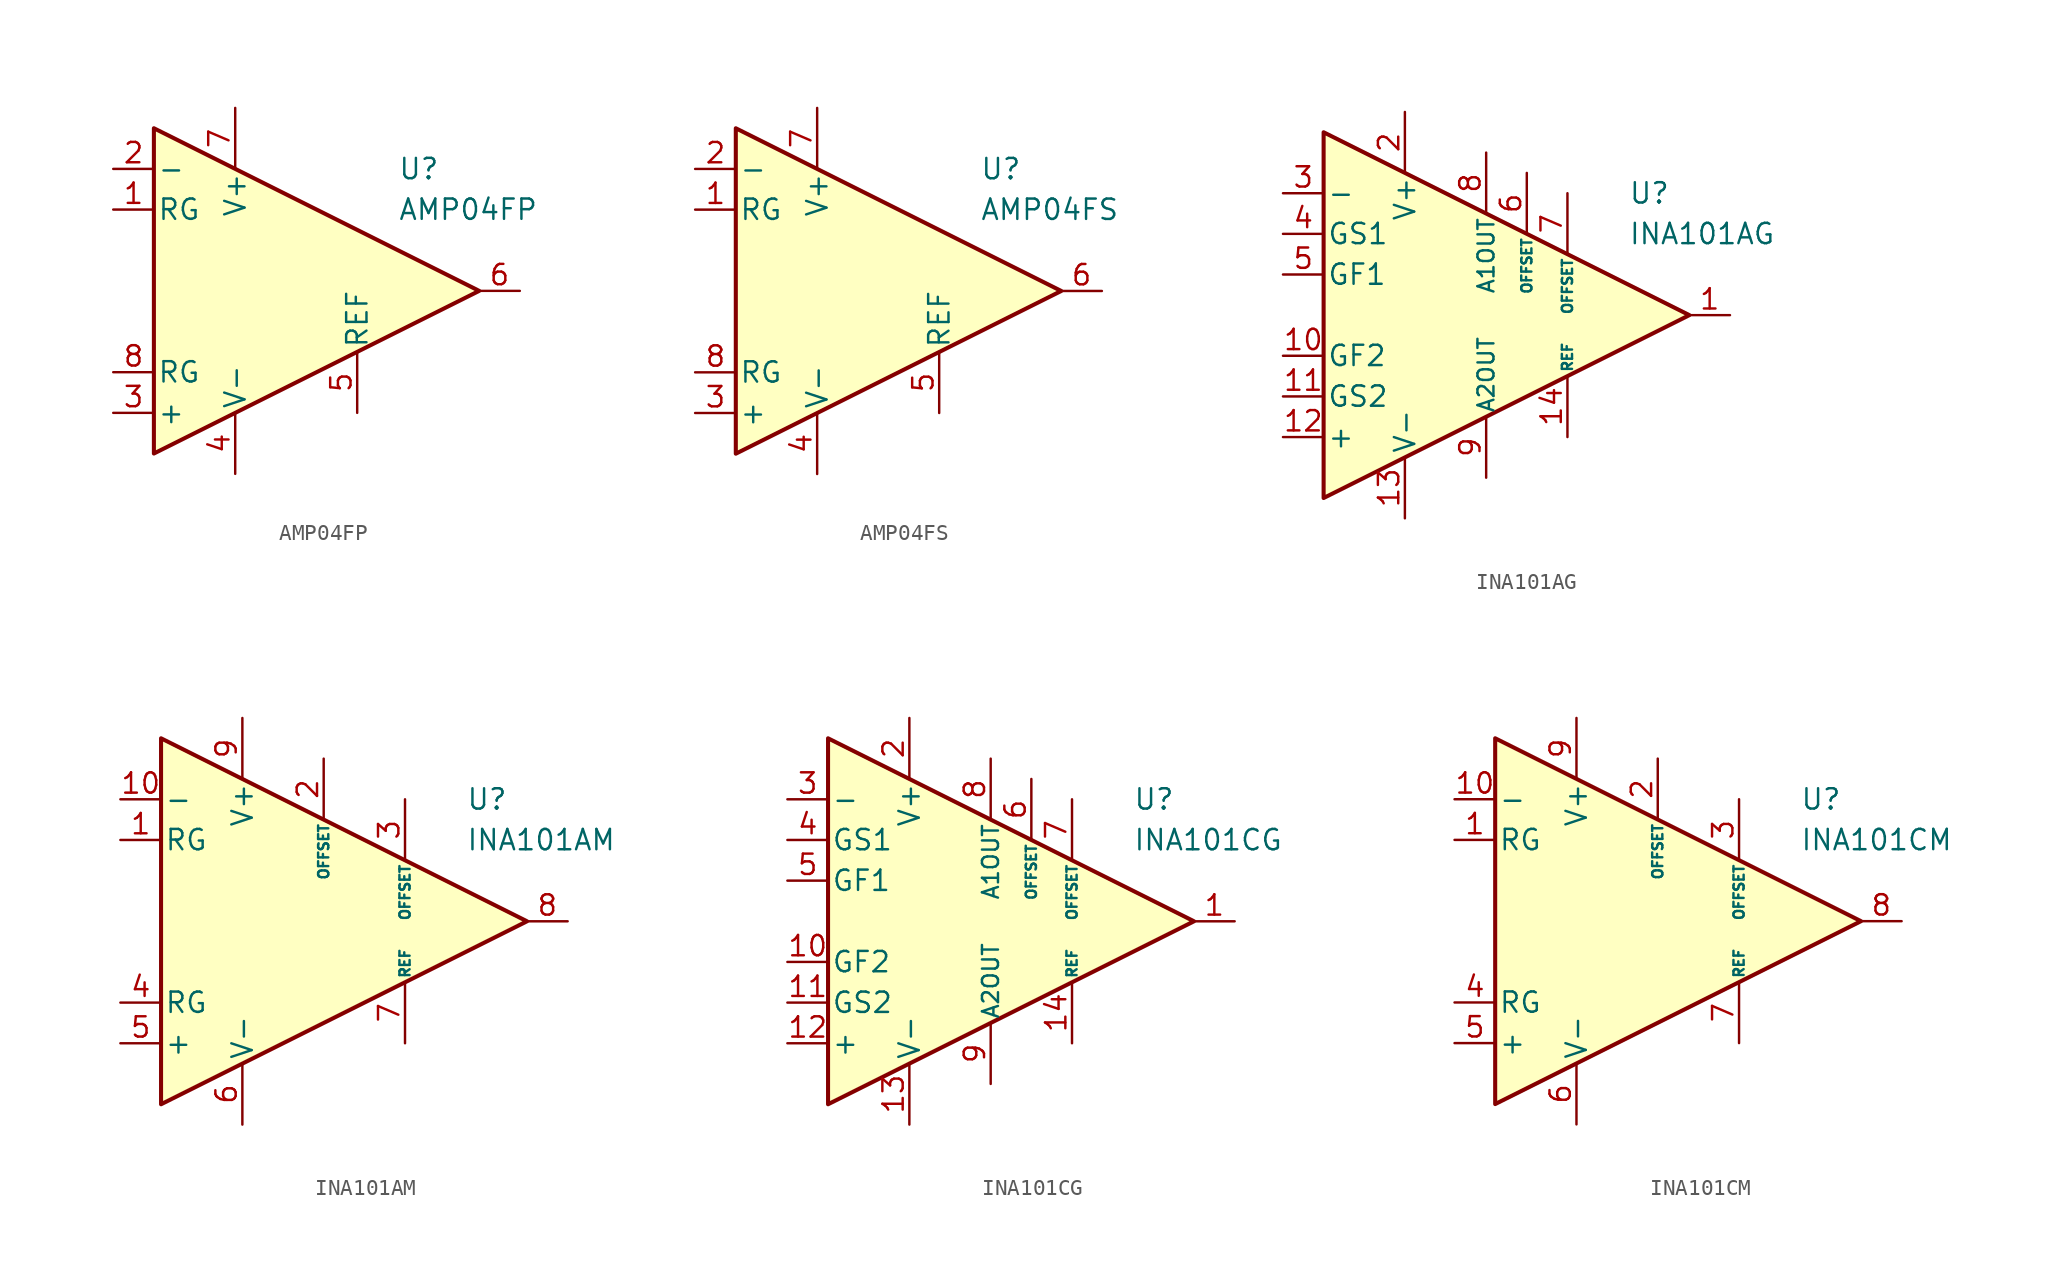
<source format=kicad_sym>
(kicad_symbol_lib
  (version 20211014)
  (generator kicad_symbol_editor)
  (symbol "AMP04FP"
    (pin_names
      (offset 0.2))
    (property "Reference" "U"
      (at 6.35 7.62 0)
      (effects (font (size 1.27 1.27)) (justify left)))
    (property "Value" "AMP04FP"
      (at 6.35 5.08 0)
      (effects (font (size 1.27 1.27)) (justify left)))
    (symbol "AMP04FP_0_1"
      (polyline (pts (xy -8.89 10.16) (xy -8.89 -10.16) (xy 11.43 0) (xy -8.89 10.16)) (stroke (width 0.254) (type default) (color 0 0 0 0)) (fill (type background))))
    (symbol "AMP04FP_1_1"
      (pin passive line (at -11.43 5.08 0) (length 2.54) (name "RG" (effects (font (size 1.27 1.27)))) (number "1" (effects (font (size 1.27 1.27)))))
      (pin input line (at -11.43 7.62 0) (length 2.54) (name "-" (effects (font (size 1.27 1.27)))) (number "2" (effects (font (size 1.27 1.27)))))
      (pin input line (at -11.43 -7.62 0) (length 2.54) (name "+" (effects (font (size 1.27 1.27)))) (number "3" (effects (font (size 1.27 1.27)))))
      (pin power_in line (at -3.81 -11.43 90) (length 3.81) (name "V-" (effects (font (size 1.27 1.27)))) (number "4" (effects (font (size 1.27 1.27)))))
      (pin input line (at 3.81 -7.62 90) (length 3.81) (name "REF" (effects (font (size 1.27 1.27)))) (number "5" (effects (font (size 1.27 1.27)))))
      (pin output line (at 13.97 0 180) (length 2.54) (name "~" (effects (font (size 1.27 1.27)))) (number "6" (effects (font (size 1.27 1.27)))))
      (pin power_in line (at -3.81 11.43 270) (length 3.81) (name "V+" (effects (font (size 1.27 1.27)))) (number "7" (effects (font (size 1.27 1.27)))))
      (pin passive line (at -11.43 -5.08 0) (length 2.54) (name "RG" (effects (font (size 1.27 1.27)))) (number "8" (effects (font (size 1.27 1.27)))))))
  (symbol "AMP04FS"
    (pin_names
      (offset 0.2))
    (property "Reference" "U"
      (at 6.35 7.62 0)
      (effects (font (size 1.27 1.27)) (justify left)))
    (property "Value" "AMP04FS"
      (at 6.35 5.08 0)
      (effects (font (size 1.27 1.27)) (justify left)))
    (symbol "AMP04FS_0_1"
      (polyline (pts (xy -8.89 10.16) (xy -8.89 -10.16) (xy 11.43 0) (xy -8.89 10.16)) (stroke (width 0.254) (type default) (color 0 0 0 0)) (fill (type background))))
    (symbol "AMP04FS_1_1"
      (pin passive line (at -11.43 5.08 0) (length 2.54) (name "RG" (effects (font (size 1.27 1.27)))) (number "1" (effects (font (size 1.27 1.27)))))
      (pin input line (at -11.43 7.62 0) (length 2.54) (name "-" (effects (font (size 1.27 1.27)))) (number "2" (effects (font (size 1.27 1.27)))))
      (pin input line (at -11.43 -7.62 0) (length 2.54) (name "+" (effects (font (size 1.27 1.27)))) (number "3" (effects (font (size 1.27 1.27)))))
      (pin power_in line (at -3.81 -11.43 90) (length 3.81) (name "V-" (effects (font (size 1.27 1.27)))) (number "4" (effects (font (size 1.27 1.27)))))
      (pin input line (at 3.81 -7.62 90) (length 3.81) (name "REF" (effects (font (size 1.27 1.27)))) (number "5" (effects (font (size 1.27 1.27)))))
      (pin output line (at 13.97 0 180) (length 2.54) (name "~" (effects (font (size 1.27 1.27)))) (number "6" (effects (font (size 1.27 1.27)))))
      (pin power_in line (at -3.81 11.43 270) (length 3.81) (name "V+" (effects (font (size 1.27 1.27)))) (number "7" (effects (font (size 1.27 1.27)))))
      (pin passive line (at -11.43 -5.08 0) (length 2.54) (name "RG" (effects (font (size 1.27 1.27)))) (number "8" (effects (font (size 1.27 1.27)))))))
  (symbol "INA101AG"
    (pin_names
      (offset 0.2))
    (property "Reference" "U"
      (at 10.16 7.62 0)
      (effects (font (size 1.27 1.27)) (justify left)))
    (property "Value" "INA101AG"
      (at 10.16 5.08 0)
      (effects (font (size 1.27 1.27)) (justify left)))
    (symbol "INA101AG_0_1"
      (polyline (pts (xy -8.89 11.43) (xy -8.89 -11.43) (xy 13.97 0) (xy -8.89 11.43)) (stroke (width 0.254) (type default) (color 0 0 0 0)) (fill (type background))))
    (symbol "INA101AG_1_1"
      (pin output line (at 16.51 0 180) (length 2.54) (name "~" (effects (font (size 1.27 1.27)))) (number "1" (effects (font (size 1.27 1.27)))))
      (pin passive line (at -11.43 -2.54 0) (length 2.54) (name "GF2" (effects (font (size 1.27 1.27)))) (number "10" (effects (font (size 1.27 1.27)))))
      (pin passive line (at -11.43 -5.08 0) (length 2.54) (name "GS2" (effects (font (size 1.27 1.27)))) (number "11" (effects (font (size 1.27 1.27)))))
      (pin input line (at -11.43 -7.62 0) (length 2.54) (name "+" (effects (font (size 1.27 1.27)))) (number "12" (effects (font (size 1.27 1.27)))))
      (pin power_in line (at -3.81 -12.7 90) (length 3.81) (name "V-" (effects (font (size 1.27 1.27)))) (number "13" (effects (font (size 1.27 1.27)))))
      (pin input line (at 6.35 -7.62 90) (length 3.81) (name "REF" (effects (font (size 0.635 0.635)))) (number "14" (effects (font (size 1.27 1.27)))))
      (pin power_in line (at -3.81 12.7 270) (length 3.81) (name "V+" (effects (font (size 1.27 1.27)))) (number "2" (effects (font (size 1.27 1.27)))))
      (pin input line (at -11.43 7.62 0) (length 2.54) (name "-" (effects (font (size 1.27 1.27)))) (number "3" (effects (font (size 1.27 1.27)))))
      (pin passive line (at -11.43 5.08 0) (length 2.54) (name "GS1" (effects (font (size 1.27 1.27)))) (number "4" (effects (font (size 1.27 1.27)))))
      (pin passive line (at -11.43 2.54 0) (length 2.54) (name "GF1" (effects (font (size 1.27 1.27)))) (number "5" (effects (font (size 1.27 1.27)))))
      (pin passive line (at 3.81 8.89 270) (length 3.81) (name "OFFSET" (effects (font (size 0.635 0.635)))) (number "6" (effects (font (size 1.27 1.27)))))
      (pin passive line (at 6.35 7.62 270) (length 3.81) (name "OFFSET" (effects (font (size 0.635 0.635)))) (number "7" (effects (font (size 1.27 1.27)))))
      (pin passive line (at 1.27 10.16 270) (length 3.81) (name "A1OUT" (effects (font (size 1 1)))) (number "8" (effects (font (size 1.27 1.27)))))
      (pin passive line (at 1.27 -10.16 90) (length 3.81) (name "A2OUT" (effects (font (size 1 1)))) (number "9" (effects (font (size 1.27 1.27)))))))
  (symbol "INA101AM"
    (pin_names
      (offset 0.2))
    (property "Reference" "U"
      (at 10.16 7.62 0)
      (effects (font (size 1.27 1.27)) (justify left)))
    (property "Value" "INA101AM"
      (at 10.16 5.08 0)
      (effects (font (size 1.27 1.27)) (justify left)))
    (symbol "INA101AM_0_1"
      (polyline (pts (xy -8.89 11.43) (xy -8.89 -11.43) (xy 13.97 0) (xy -8.89 11.43)) (stroke (width 0.254) (type default) (color 0 0 0 0)) (fill (type background))))
    (symbol "INA101AM_1_1"
      (pin passive line (at -11.43 5.08 0) (length 2.54) (name "RG" (effects (font (size 1.27 1.27)))) (number "1" (effects (font (size 1.27 1.27)))))
      (pin input line (at -11.43 7.62 0) (length 2.54) (name "-" (effects (font (size 1.27 1.27)))) (number "10" (effects (font (size 1.27 1.27)))))
      (pin passive line (at 1.27 10.16 270) (length 3.81) (name "OFFSET" (effects (font (size 0.635 0.635)))) (number "2" (effects (font (size 1.27 1.27)))))
      (pin passive line (at 6.35 7.62 270) (length 3.81) (name "OFFSET" (effects (font (size 0.635 0.635)))) (number "3" (effects (font (size 1.27 1.27)))))
      (pin passive line (at -11.43 -5.08 0) (length 2.54) (name "RG" (effects (font (size 1.27 1.27)))) (number "4" (effects (font (size 1.27 1.27)))))
      (pin input line (at -11.43 -7.62 0) (length 2.54) (name "+" (effects (font (size 1.27 1.27)))) (number "5" (effects (font (size 1.27 1.27)))))
      (pin power_in line (at -3.81 -12.7 90) (length 3.81) (name "V-" (effects (font (size 1.27 1.27)))) (number "6" (effects (font (size 1.27 1.27)))))
      (pin input line (at 6.35 -7.62 90) (length 3.81) (name "REF" (effects (font (size 0.635 0.635)))) (number "7" (effects (font (size 1.27 1.27)))))
      (pin output line (at 16.51 0 180) (length 2.54) (name "~" (effects (font (size 1.27 1.27)))) (number "8" (effects (font (size 1.27 1.27)))))
      (pin power_in line (at -3.81 12.7 270) (length 3.81) (name "V+" (effects (font (size 1.27 1.27)))) (number "9" (effects (font (size 1.27 1.27)))))))
  (symbol "INA101CG"
    (pin_names
      (offset 0.2))
    (property "Reference" "U"
      (at 10.16 7.62 0)
      (effects (font (size 1.27 1.27)) (justify left)))
    (property "Value" "INA101CG"
      (at 10.16 5.08 0)
      (effects (font (size 1.27 1.27)) (justify left)))
    (symbol "INA101CG_0_1"
      (polyline (pts (xy -8.89 11.43) (xy -8.89 -11.43) (xy 13.97 0) (xy -8.89 11.43)) (stroke (width 0.254) (type default) (color 0 0 0 0)) (fill (type background))))
    (symbol "INA101CG_1_1"
      (pin output line (at 16.51 0 180) (length 2.54) (name "~" (effects (font (size 1.27 1.27)))) (number "1" (effects (font (size 1.27 1.27)))))
      (pin passive line (at -11.43 -2.54 0) (length 2.54) (name "GF2" (effects (font (size 1.27 1.27)))) (number "10" (effects (font (size 1.27 1.27)))))
      (pin passive line (at -11.43 -5.08 0) (length 2.54) (name "GS2" (effects (font (size 1.27 1.27)))) (number "11" (effects (font (size 1.27 1.27)))))
      (pin input line (at -11.43 -7.62 0) (length 2.54) (name "+" (effects (font (size 1.27 1.27)))) (number "12" (effects (font (size 1.27 1.27)))))
      (pin power_in line (at -3.81 -12.7 90) (length 3.81) (name "V-" (effects (font (size 1.27 1.27)))) (number "13" (effects (font (size 1.27 1.27)))))
      (pin input line (at 6.35 -7.62 90) (length 3.81) (name "REF" (effects (font (size 0.635 0.635)))) (number "14" (effects (font (size 1.27 1.27)))))
      (pin power_in line (at -3.81 12.7 270) (length 3.81) (name "V+" (effects (font (size 1.27 1.27)))) (number "2" (effects (font (size 1.27 1.27)))))
      (pin input line (at -11.43 7.62 0) (length 2.54) (name "-" (effects (font (size 1.27 1.27)))) (number "3" (effects (font (size 1.27 1.27)))))
      (pin passive line (at -11.43 5.08 0) (length 2.54) (name "GS1" (effects (font (size 1.27 1.27)))) (number "4" (effects (font (size 1.27 1.27)))))
      (pin passive line (at -11.43 2.54 0) (length 2.54) (name "GF1" (effects (font (size 1.27 1.27)))) (number "5" (effects (font (size 1.27 1.27)))))
      (pin passive line (at 3.81 8.89 270) (length 3.81) (name "OFFSET" (effects (font (size 0.635 0.635)))) (number "6" (effects (font (size 1.27 1.27)))))
      (pin passive line (at 6.35 7.62 270) (length 3.81) (name "OFFSET" (effects (font (size 0.635 0.635)))) (number "7" (effects (font (size 1.27 1.27)))))
      (pin passive line (at 1.27 10.16 270) (length 3.81) (name "A1OUT" (effects (font (size 1 1)))) (number "8" (effects (font (size 1.27 1.27)))))
      (pin passive line (at 1.27 -10.16 90) (length 3.81) (name "A2OUT" (effects (font (size 1 1)))) (number "9" (effects (font (size 1.27 1.27)))))))
  (symbol "INA101CM"
    (pin_names
      (offset 0.2))
    (property "Reference" "U"
      (at 10.16 7.62 0)
      (effects (font (size 1.27 1.27)) (justify left)))
    (property "Value" "INA101CM"
      (at 10.16 5.08 0)
      (effects (font (size 1.27 1.27)) (justify left)))
    (symbol "INA101CM_0_1"
      (polyline (pts (xy -8.89 11.43) (xy -8.89 -11.43) (xy 13.97 0) (xy -8.89 11.43)) (stroke (width 0.254) (type default) (color 0 0 0 0)) (fill (type background))))
    (symbol "INA101CM_1_1"
      (pin passive line (at -11.43 5.08 0) (length 2.54) (name "RG" (effects (font (size 1.27 1.27)))) (number "1" (effects (font (size 1.27 1.27)))))
      (pin input line (at -11.43 7.62 0) (length 2.54) (name "-" (effects (font (size 1.27 1.27)))) (number "10" (effects (font (size 1.27 1.27)))))
      (pin passive line (at 1.27 10.16 270) (length 3.81) (name "OFFSET" (effects (font (size 0.635 0.635)))) (number "2" (effects (font (size 1.27 1.27)))))
      (pin passive line (at 6.35 7.62 270) (length 3.81) (name "OFFSET" (effects (font (size 0.635 0.635)))) (number "3" (effects (font (size 1.27 1.27)))))
      (pin passive line (at -11.43 -5.08 0) (length 2.54) (name "RG" (effects (font (size 1.27 1.27)))) (number "4" (effects (font (size 1.27 1.27)))))
      (pin input line (at -11.43 -7.62 0) (length 2.54) (name "+" (effects (font (size 1.27 1.27)))) (number "5" (effects (font (size 1.27 1.27)))))
      (pin power_in line (at -3.81 -12.7 90) (length 3.81) (name "V-" (effects (font (size 1.27 1.27)))) (number "6" (effects (font (size 1.27 1.27)))))
      (pin input line (at 6.35 -7.62 90) (length 3.81) (name "REF" (effects (font (size 0.635 0.635)))) (number "7" (effects (font (size 1.27 1.27)))))
      (pin output line (at 16.51 0 180) (length 2.54) (name "~" (effects (font (size 1.27 1.27)))) (number "8" (effects (font (size 1.27 1.27)))))
      (pin power_in line (at -3.81 12.7 270) (length 3.81) (name "V+" (effects (font (size 1.27 1.27)))) (number "9" (effects (font (size 1.27 1.27))))))))
</source>
